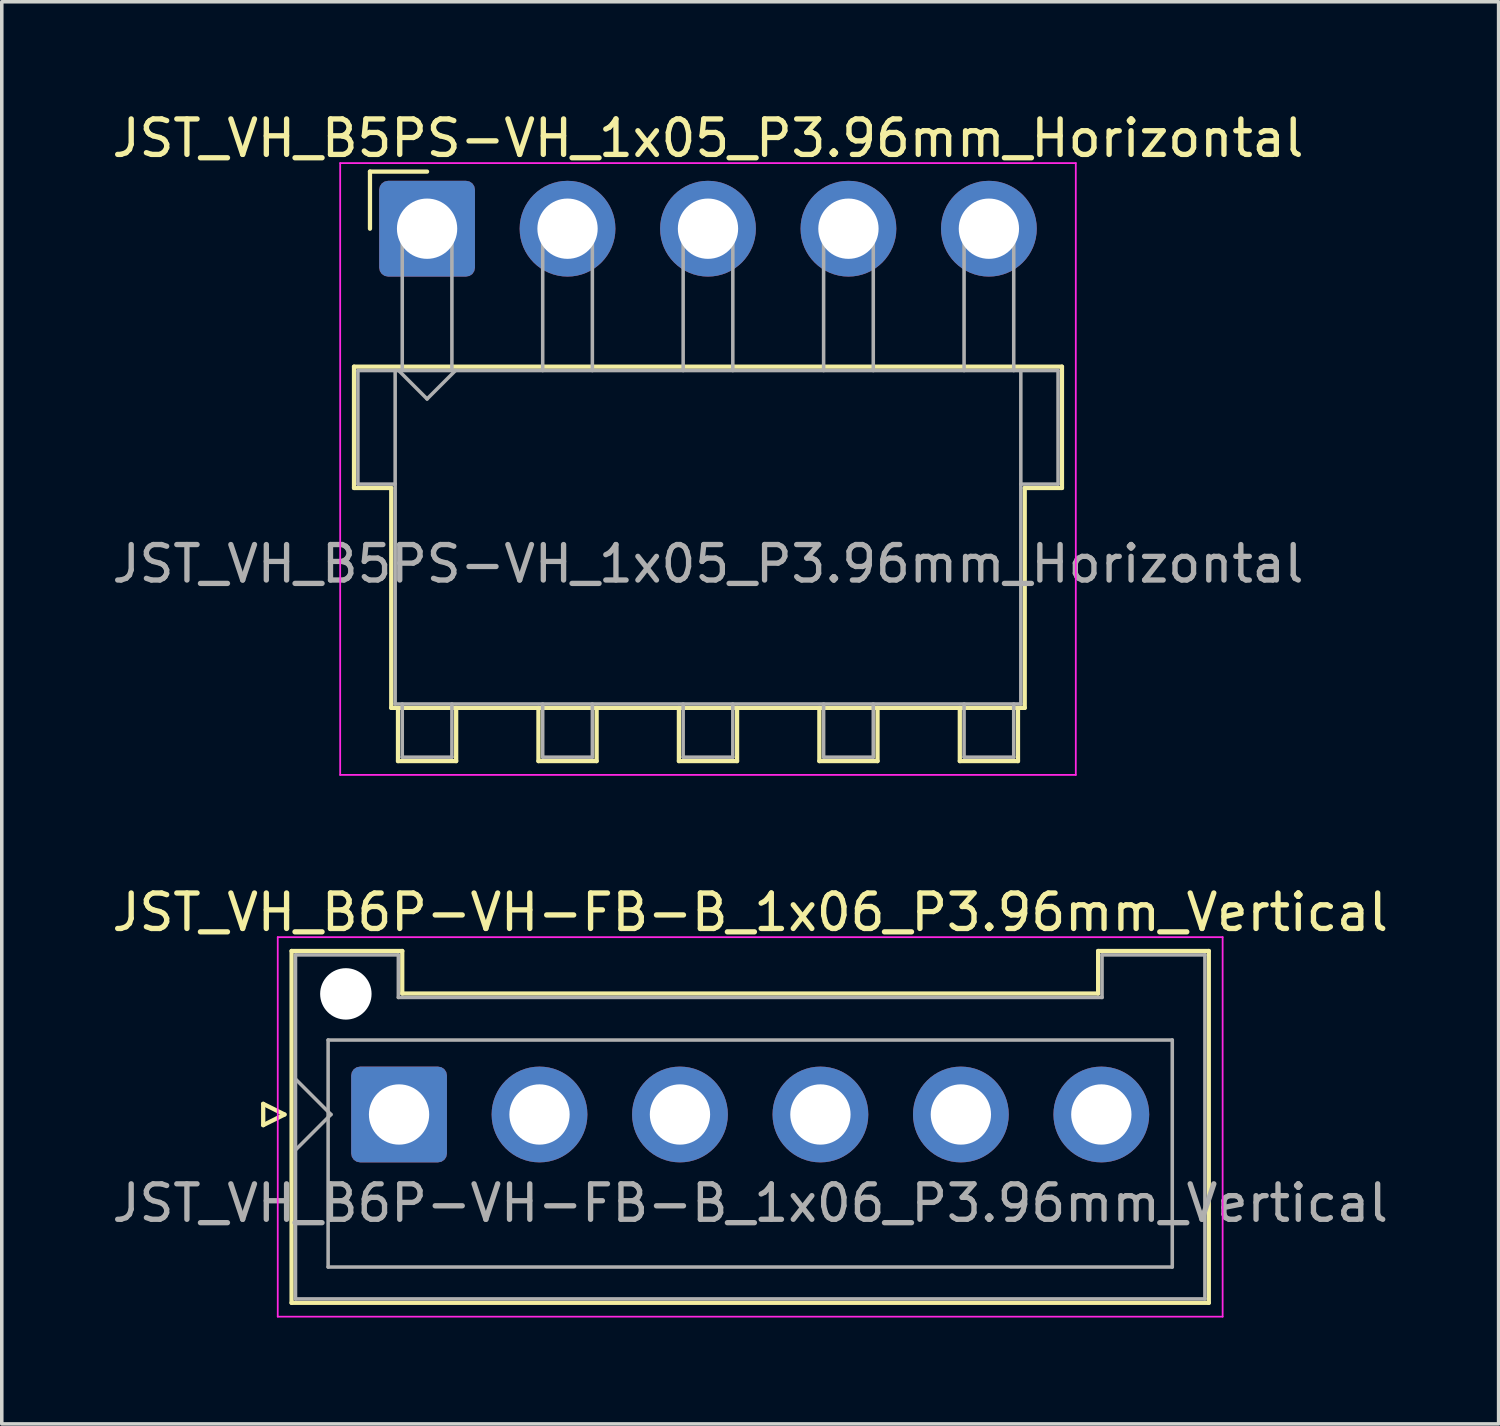
<source format=kicad_pcb>
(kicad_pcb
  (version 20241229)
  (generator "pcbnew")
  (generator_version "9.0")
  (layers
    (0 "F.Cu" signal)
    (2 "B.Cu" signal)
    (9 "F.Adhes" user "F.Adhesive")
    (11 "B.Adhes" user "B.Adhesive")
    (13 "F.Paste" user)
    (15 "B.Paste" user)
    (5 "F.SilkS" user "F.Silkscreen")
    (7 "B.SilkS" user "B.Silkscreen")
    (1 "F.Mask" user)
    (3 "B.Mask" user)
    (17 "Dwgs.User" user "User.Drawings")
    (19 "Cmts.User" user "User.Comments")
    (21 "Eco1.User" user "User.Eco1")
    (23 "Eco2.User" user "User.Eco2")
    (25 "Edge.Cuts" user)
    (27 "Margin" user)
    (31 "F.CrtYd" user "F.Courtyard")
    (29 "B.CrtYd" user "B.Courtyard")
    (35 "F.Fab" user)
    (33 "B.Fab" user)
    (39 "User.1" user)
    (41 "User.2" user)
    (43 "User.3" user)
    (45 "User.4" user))
  (footprint "JST_VH_B5PS-VH_1x05_P3.96mm_Horizontal"
    (layer "F.Cu")
    (at 8.991 3.398)
    (property "Reference" "JST_VH_B5PS-VH_1x05_P3.96mm_Horizontal" (at 7.92 -2.55 0) (layer "F.SilkS") (effects (font (size 1 1) (thickness 0.15))))
    (attr through_hole)
    (fp_line (start -2.06 3.89) (end 17.9 3.89) (stroke (width 0.12) (type solid)) (layer "F.SilkS"))
    (fp_line (start -2.06 7.31) (end -2.06 3.89) (stroke (width 0.12) (type solid)) (layer "F.SilkS"))
    (fp_line (start -1.61 -1.61) (end -1.61 0) (stroke (width 0.12) (type solid)) (layer "F.SilkS"))
    (fp_line (start -1.01 7.31) (end -2.06 7.31) (stroke (width 0.12) (type solid)) (layer "F.SilkS"))
    (fp_line (start -1.01 13.51) (end -1.01 7.31) (stroke (width 0.12) (type solid)) (layer "F.SilkS"))
    (fp_line (start -0.82 13.51) (end -0.82 15.01) (stroke (width 0.12) (type solid)) (layer "F.SilkS"))
    (fp_line (start -0.82 15.01) (end 0.82 15.01) (stroke (width 0.12) (type solid)) (layer "F.SilkS"))
    (fp_line (start 0 -1.61) (end -1.61 -1.61) (stroke (width 0.12) (type solid)) (layer "F.SilkS"))
    (fp_line (start 0.82 15.01) (end 0.82 13.51) (stroke (width 0.12) (type solid)) (layer "F.SilkS"))
    (fp_line (start 3.14 13.51) (end 3.14 15.01) (stroke (width 0.12) (type solid)) (layer "F.SilkS"))
    (fp_line (start 3.14 15.01) (end 4.78 15.01) (stroke (width 0.12) (type solid)) (layer "F.SilkS"))
    (fp_line (start 4.78 15.01) (end 4.78 13.51) (stroke (width 0.12) (type solid)) (layer "F.SilkS"))
    (fp_line (start 7.1 13.51) (end 7.1 15.01) (stroke (width 0.12) (type solid)) (layer "F.SilkS"))
    (fp_line (start 7.1 15.01) (end 8.74 15.01) (stroke (width 0.12) (type solid)) (layer "F.SilkS"))
    (fp_line (start 8.74 15.01) (end 8.74 13.51) (stroke (width 0.12) (type solid)) (layer "F.SilkS"))
    (fp_line (start 11.06 13.51) (end 11.06 15.01) (stroke (width 0.12) (type solid)) (layer "F.SilkS"))
    (fp_line (start 11.06 15.01) (end 12.7 15.01) (stroke (width 0.12) (type solid)) (layer "F.SilkS"))
    (fp_line (start 12.7 15.01) (end 12.7 13.51) (stroke (width 0.12) (type solid)) (layer "F.SilkS"))
    (fp_line (start 15.02 13.51) (end 15.02 15.01) (stroke (width 0.12) (type solid)) (layer "F.SilkS"))
    (fp_line (start 15.02 15.01) (end 16.66 15.01) (stroke (width 0.12) (type solid)) (layer "F.SilkS"))
    (fp_line (start 16.66 15.01) (end 16.66 13.51) (stroke (width 0.12) (type solid)) (layer "F.SilkS"))
    (fp_line (start 16.85 7.31) (end 16.85 13.51) (stroke (width 0.12) (type solid)) (layer "F.SilkS"))
    (fp_line (start 16.85 13.51) (end -1.01 13.51) (stroke (width 0.12) (type solid)) (layer "F.SilkS"))
    (fp_line (start 17.9 3.89) (end 17.9 7.31) (stroke (width 0.12) (type solid)) (layer "F.SilkS"))
    (fp_line (start 17.9 7.31) (end 16.85 7.31) (stroke (width 0.12) (type solid)) (layer "F.SilkS"))
    (fp_line (start -2.45 -1.85) (end -2.45 15.4) (stroke (width 0.05) (type solid)) (layer "F.CrtYd"))
    (fp_line (start -2.45 15.4) (end 18.29 15.4) (stroke (width 0.05) (type solid)) (layer "F.CrtYd"))
    (fp_line (start 18.29 -1.85) (end -2.45 -1.85) (stroke (width 0.05) (type solid)) (layer "F.CrtYd"))
    (fp_line (start 18.29 15.4) (end 18.29 -1.85) (stroke (width 0.05) (type solid)) (layer "F.CrtYd"))
    (fp_line (start -1.95 4) (end -0.9 4) (stroke (width 0.1) (type solid)) (layer "F.Fab"))
    (fp_line (start -1.95 7.2) (end -1.95 4) (stroke (width 0.1) (type solid)) (layer "F.Fab"))
    (fp_line (start -0.9 4) (end -0.9 13.4) (stroke (width 0.1) (type solid)) (layer "F.Fab"))
    (fp_line (start -0.9 7.2) (end -1.95 7.2) (stroke (width 0.1) (type solid)) (layer "F.Fab"))
    (fp_line (start -0.9 13.4) (end 16.74 13.4) (stroke (width 0.1) (type solid)) (layer "F.Fab"))
    (fp_line (start -0.8 4) (end 0 4.8) (stroke (width 0.1) (type solid)) (layer "F.Fab"))
    (fp_line (start -0.7 0) (end 0.7 0) (stroke (width 0.1) (type solid)) (layer "F.Fab"))
    (fp_line (start -0.7 4) (end -0.7 0) (stroke (width 0.1) (type solid)) (layer "F.Fab"))
    (fp_line (start -0.7 13.4) (end -0.7 14.9) (stroke (width 0.1) (type solid)) (layer "F.Fab"))
    (fp_line (start -0.7 14.9) (end 0.7 14.9) (stroke (width 0.1) (type solid)) (layer "F.Fab"))
    (fp_line (start 0 4.8) (end 0.8 4) (stroke (width 0.1) (type solid)) (layer "F.Fab"))
    (fp_line (start 0.7 0) (end 0.7 4) (stroke (width 0.1) (type solid)) (layer "F.Fab"))
    (fp_line (start 0.7 14.9) (end 0.7 13.4) (stroke (width 0.1) (type solid)) (layer "F.Fab"))
    (fp_line (start 3.26 0) (end 4.66 0) (stroke (width 0.1) (type solid)) (layer "F.Fab"))
    (fp_line (start 3.26 4) (end 3.26 0) (stroke (width 0.1) (type solid)) (layer "F.Fab"))
    (fp_line (start 3.26 13.4) (end 3.26 14.9) (stroke (width 0.1) (type solid)) (layer "F.Fab"))
    (fp_line (start 3.26 14.9) (end 4.66 14.9) (stroke (width 0.1) (type solid)) (layer "F.Fab"))
    (fp_line (start 4.66 0) (end 4.66 4) (stroke (width 0.1) (type solid)) (layer "F.Fab"))
    (fp_line (start 4.66 14.9) (end 4.66 13.4) (stroke (width 0.1) (type solid)) (layer "F.Fab"))
    (fp_line (start 7.22 0) (end 8.62 0) (stroke (width 0.1) (type solid)) (layer "F.Fab"))
    (fp_line (start 7.22 4) (end 7.22 0) (stroke (width 0.1) (type solid)) (layer "F.Fab"))
    (fp_line (start 7.22 13.4) (end 7.22 14.9) (stroke (width 0.1) (type solid)) (layer "F.Fab"))
    (fp_line (start 7.22 14.9) (end 8.62 14.9) (stroke (width 0.1) (type solid)) (layer "F.Fab"))
    (fp_line (start 8.62 0) (end 8.62 4) (stroke (width 0.1) (type solid)) (layer "F.Fab"))
    (fp_line (start 8.62 14.9) (end 8.62 13.4) (stroke (width 0.1) (type solid)) (layer "F.Fab"))
    (fp_line (start 11.18 0) (end 12.58 0) (stroke (width 0.1) (type solid)) (layer "F.Fab"))
    (fp_line (start 11.18 4) (end 11.18 0) (stroke (width 0.1) (type solid)) (layer "F.Fab"))
    (fp_line (start 11.18 13.4) (end 11.18 14.9) (stroke (width 0.1) (type solid)) (layer "F.Fab"))
    (fp_line (start 11.18 14.9) (end 12.58 14.9) (stroke (width 0.1) (type solid)) (layer "F.Fab"))
    (fp_line (start 12.58 0) (end 12.58 4) (stroke (width 0.1) (type solid)) (layer "F.Fab"))
    (fp_line (start 12.58 14.9) (end 12.58 13.4) (stroke (width 0.1) (type solid)) (layer "F.Fab"))
    (fp_line (start 15.14 0) (end 16.54 0) (stroke (width 0.1) (type solid)) (layer "F.Fab"))
    (fp_line (start 15.14 4) (end 15.14 0) (stroke (width 0.1) (type solid)) (layer "F.Fab"))
    (fp_line (start 15.14 13.4) (end 15.14 14.9) (stroke (width 0.1) (type solid)) (layer "F.Fab"))
    (fp_line (start 15.14 14.9) (end 16.54 14.9) (stroke (width 0.1) (type solid)) (layer "F.Fab"))
    (fp_line (start 16.54 0) (end 16.54 4) (stroke (width 0.1) (type solid)) (layer "F.Fab"))
    (fp_line (start 16.54 14.9) (end 16.54 13.4) (stroke (width 0.1) (type solid)) (layer "F.Fab"))
    (fp_line (start 16.74 4) (end -0.9 4) (stroke (width 0.1) (type solid)) (layer "F.Fab"))
    (fp_line (start 16.74 4) (end 17.79 4) (stroke (width 0.1) (type solid)) (layer "F.Fab"))
    (fp_line (start 16.74 13.4) (end 16.74 4) (stroke (width 0.1) (type solid)) (layer "F.Fab"))
    (fp_line (start 17.79 4) (end 17.79 7.2) (stroke (width 0.1) (type solid)) (layer "F.Fab"))
    (fp_line (start 17.79 7.2) (end 16.74 7.2) (stroke (width 0.1) (type solid)) (layer "F.Fab"))
    (fp_text user "${REFERENCE}" (at 7.92 9.45 0) (layer "F.Fab") (effects (font (size 1 1) (thickness 0.15))))
    (pad "1" thru_hole roundrect (at 0 0) (size 2.7 2.7) (drill 1.7) (layers "*.Cu" "*.Mask") (roundrect_rratio 0.093))
    (pad "2" thru_hole circle (at 3.96 0) (size 2.7 2.7) (drill 1.7) (layers "*.Cu" "*.Mask"))
    (pad "3" thru_hole circle (at 7.92 0) (size 2.7 2.7) (drill 1.7) (layers "*.Cu" "*.Mask"))
    (pad "4" thru_hole circle (at 11.88 0) (size 2.7 2.7) (drill 1.7) (layers "*.Cu" "*.Mask"))
    (pad "5" thru_hole circle (at 15.84 0) (size 2.7 2.7) (drill 1.7) (layers "*.Cu" "*.Mask")))
  (footprint "JST_VH_B6P-VH-FB-B_1x06_P3.96mm_Vertical"
    (layer "F.Cu")
    (at 8.201 28.372)
    (property "Reference" "JST_VH_B6P-VH-FB-B_1x06_P3.96mm_Vertical" (at 9.9 -5.7 0) (layer "F.SilkS") (effects (font (size 1 1) (thickness 0.15))))
    (attr through_hole)
    (fp_line (start -3.83 -0.3) (end -3.23 0) (stroke (width 0.12) (type solid)) (layer "F.SilkS"))
    (fp_line (start -3.83 0.3) (end -3.83 -0.3) (stroke (width 0.12) (type solid)) (layer "F.SilkS"))
    (fp_line (start -3.23 0) (end -3.83 0.3) (stroke (width 0.12) (type solid)) (layer "F.SilkS"))
    (fp_line (start -3.03 -4.61) (end 0.09 -4.61) (stroke (width 0.12) (type solid)) (layer "F.SilkS"))
    (fp_line (start -3.03 5.31) (end -3.03 -4.61) (stroke (width 0.12) (type solid)) (layer "F.SilkS"))
    (fp_line (start 0.09 -4.61) (end 0.09 -3.41) (stroke (width 0.12) (type solid)) (layer "F.SilkS"))
    (fp_line (start 0.09 -3.41) (end 19.71 -3.41) (stroke (width 0.12) (type solid)) (layer "F.SilkS"))
    (fp_line (start 19.71 -4.61) (end 22.83 -4.61) (stroke (width 0.12) (type solid)) (layer "F.SilkS"))
    (fp_line (start 19.71 -3.41) (end 19.71 -4.61) (stroke (width 0.12) (type solid)) (layer "F.SilkS"))
    (fp_line (start 22.83 -4.61) (end 22.83 5.31) (stroke (width 0.12) (type solid)) (layer "F.SilkS"))
    (fp_line (start 22.83 5.31) (end -3.03 5.31) (stroke (width 0.12) (type solid)) (layer "F.SilkS"))
    (fp_line (start -3.42 -5) (end -3.42 5.7) (stroke (width 0.05) (type solid)) (layer "F.CrtYd"))
    (fp_line (start -3.42 5.7) (end 23.22 5.7) (stroke (width 0.05) (type solid)) (layer "F.CrtYd"))
    (fp_line (start 23.22 -5) (end -3.42 -5) (stroke (width 0.05) (type solid)) (layer "F.CrtYd"))
    (fp_line (start 23.22 5.7) (end 23.22 -5) (stroke (width 0.05) (type solid)) (layer "F.CrtYd"))
    (fp_line (start -2.92 -4.5) (end -0.02 -4.5) (stroke (width 0.1) (type solid)) (layer "F.Fab"))
    (fp_line (start -2.92 -1) (end -1.92 0) (stroke (width 0.1) (type solid)) (layer "F.Fab"))
    (fp_line (start -2.92 1) (end -1.92 0) (stroke (width 0.1) (type solid)) (layer "F.Fab"))
    (fp_line (start -2.92 5.2) (end -2.92 -4.5) (stroke (width 0.1) (type solid)) (layer "F.Fab"))
    (fp_line (start -2 -2.1) (end 21.8 -2.1) (stroke (width 0.1) (type solid)) (layer "F.Fab"))
    (fp_line (start -2 4.3) (end -2 -2.1) (stroke (width 0.1) (type solid)) (layer "F.Fab"))
    (fp_line (start -0.02 -4.5) (end -0.02 -3.3) (stroke (width 0.1) (type solid)) (layer "F.Fab"))
    (fp_line (start -0.02 -3.3) (end 19.82 -3.3) (stroke (width 0.1) (type solid)) (layer "F.Fab"))
    (fp_line (start 19.82 -4.5) (end 22.72 -4.5) (stroke (width 0.1) (type solid)) (layer "F.Fab"))
    (fp_line (start 19.82 -3.3) (end 19.82 -4.5) (stroke (width 0.1) (type solid)) (layer "F.Fab"))
    (fp_line (start 21.8 -2.1) (end 21.8 4.3) (stroke (width 0.1) (type solid)) (layer "F.Fab"))
    (fp_line (start 21.8 4.3) (end -2 4.3) (stroke (width 0.1) (type solid)) (layer "F.Fab"))
    (fp_line (start 22.72 -4.5) (end 22.72 5.2) (stroke (width 0.1) (type solid)) (layer "F.Fab"))
    (fp_line (start 22.72 5.2) (end -2.92 5.2) (stroke (width 0.1) (type solid)) (layer "F.Fab"))
    (fp_text user "${REFERENCE}" (at 9.9 2.5 0) (layer "F.Fab") (effects (font (size 1 1) (thickness 0.15))))
    (pad "" np_thru_hole circle (at -1.5 -3.4) (size 1.45 1.45) (drill 1.45) (layers "*.Cu" "*.Mask"))
    (pad "1" thru_hole roundrect (at 0 0) (size 2.7 2.7) (drill 1.7) (layers "*.Cu" "*.Mask") (roundrect_rratio 0.093))
    (pad "2" thru_hole circle (at 3.96 0) (size 2.7 2.7) (drill 1.7) (layers "*.Cu" "*.Mask"))
    (pad "3" thru_hole circle (at 7.92 0) (size 2.7 2.7) (drill 1.7) (layers "*.Cu" "*.Mask"))
    (pad "4" thru_hole circle (at 11.88 0) (size 2.7 2.7) (drill 1.7) (layers "*.Cu" "*.Mask"))
    (pad "5" thru_hole circle (at 15.84 0) (size 2.7 2.7) (drill 1.7) (layers "*.Cu" "*.Mask"))
    (pad "6" thru_hole circle (at 19.8 0) (size 2.7 2.7) (drill 1.7) (layers "*.Cu" "*.Mask")))
  (gr_rect
    (start -3 -3)
    (end 39.202 37.096)
    (stroke (width 0.1) (type default))
    (fill no)
    (layer "Edge.Cuts")))
</source>
